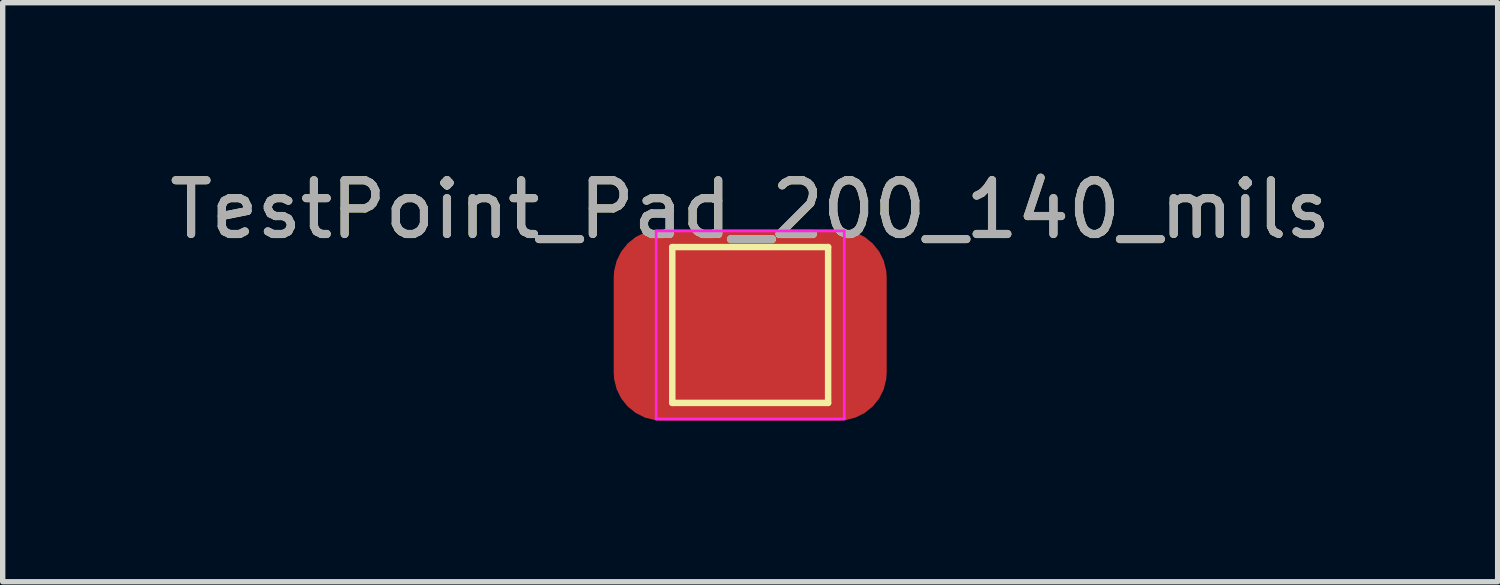
<source format=kicad_pcb>
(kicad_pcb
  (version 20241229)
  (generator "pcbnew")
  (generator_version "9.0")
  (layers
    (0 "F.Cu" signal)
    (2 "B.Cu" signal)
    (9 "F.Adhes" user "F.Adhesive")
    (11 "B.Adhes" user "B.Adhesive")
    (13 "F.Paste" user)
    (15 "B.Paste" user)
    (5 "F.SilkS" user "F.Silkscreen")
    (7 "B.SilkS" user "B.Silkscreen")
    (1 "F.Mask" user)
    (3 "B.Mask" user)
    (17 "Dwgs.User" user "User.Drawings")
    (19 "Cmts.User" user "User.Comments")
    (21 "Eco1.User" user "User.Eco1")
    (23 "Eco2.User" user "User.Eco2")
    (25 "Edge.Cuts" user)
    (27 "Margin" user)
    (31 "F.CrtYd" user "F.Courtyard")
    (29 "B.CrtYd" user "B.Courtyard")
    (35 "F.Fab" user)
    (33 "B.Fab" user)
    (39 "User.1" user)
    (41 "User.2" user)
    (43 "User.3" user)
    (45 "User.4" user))
  (footprint "TestPoint_Pad_200_140_mils"
    (layer "F.Cu")
    (at 10.911 2.998)
    (property "Reference" "TestPoint_Pad_200_140_mils" (at 0 -2.148 0) (layer "F.SilkS") (effects (font (size 1 1) (thickness 0.15))))
    (attr exclude_from_pos_files exclude_from_bom)
    (fp_line (start -1.45 -1.45) (end 1.45 -1.45) (stroke (width 0.12) (type solid)) (layer "F.SilkS"))
    (fp_line (start -1.45 1.45) (end -1.45 -1.45) (stroke (width 0.12) (type solid)) (layer "F.SilkS"))
    (fp_line (start 1.45 -1.45) (end 1.45 1.45) (stroke (width 0.12) (type solid)) (layer "F.SilkS"))
    (fp_line (start 1.45 1.45) (end -1.45 1.45) (stroke (width 0.12) (type solid)) (layer "F.SilkS"))
    (fp_line (start -1.75 -1.75) (end -1.75 1.75) (stroke (width 0.05) (type solid)) (layer "F.CrtYd"))
    (fp_line (start -1.75 -1.75) (end 1.75 -1.75) (stroke (width 0.05) (type solid)) (layer "F.CrtYd"))
    (fp_line (start 1.75 1.75) (end -1.75 1.75) (stroke (width 0.05) (type solid)) (layer "F.CrtYd"))
    (fp_line (start 1.75 1.75) (end 1.75 -1.75) (stroke (width 0.05) (type solid)) (layer "F.CrtYd"))
    (fp_text user "${REFERENCE}" (at 0 -2.15 0) (layer "F.Fab") (effects (font (size 1 1) (thickness 0.15))))
    (pad "1" smd roundrect (at 0 0) (size 5.08 3.556) (layers "F.Cu" "F.Mask") (roundrect_rratio 0.25)))
  (gr_rect
    (start -3 -3)
    (end 24.821 7.776)
    (stroke (width 0.1) (type default))
    (fill no)
    (layer "Edge.Cuts")))
</source>
